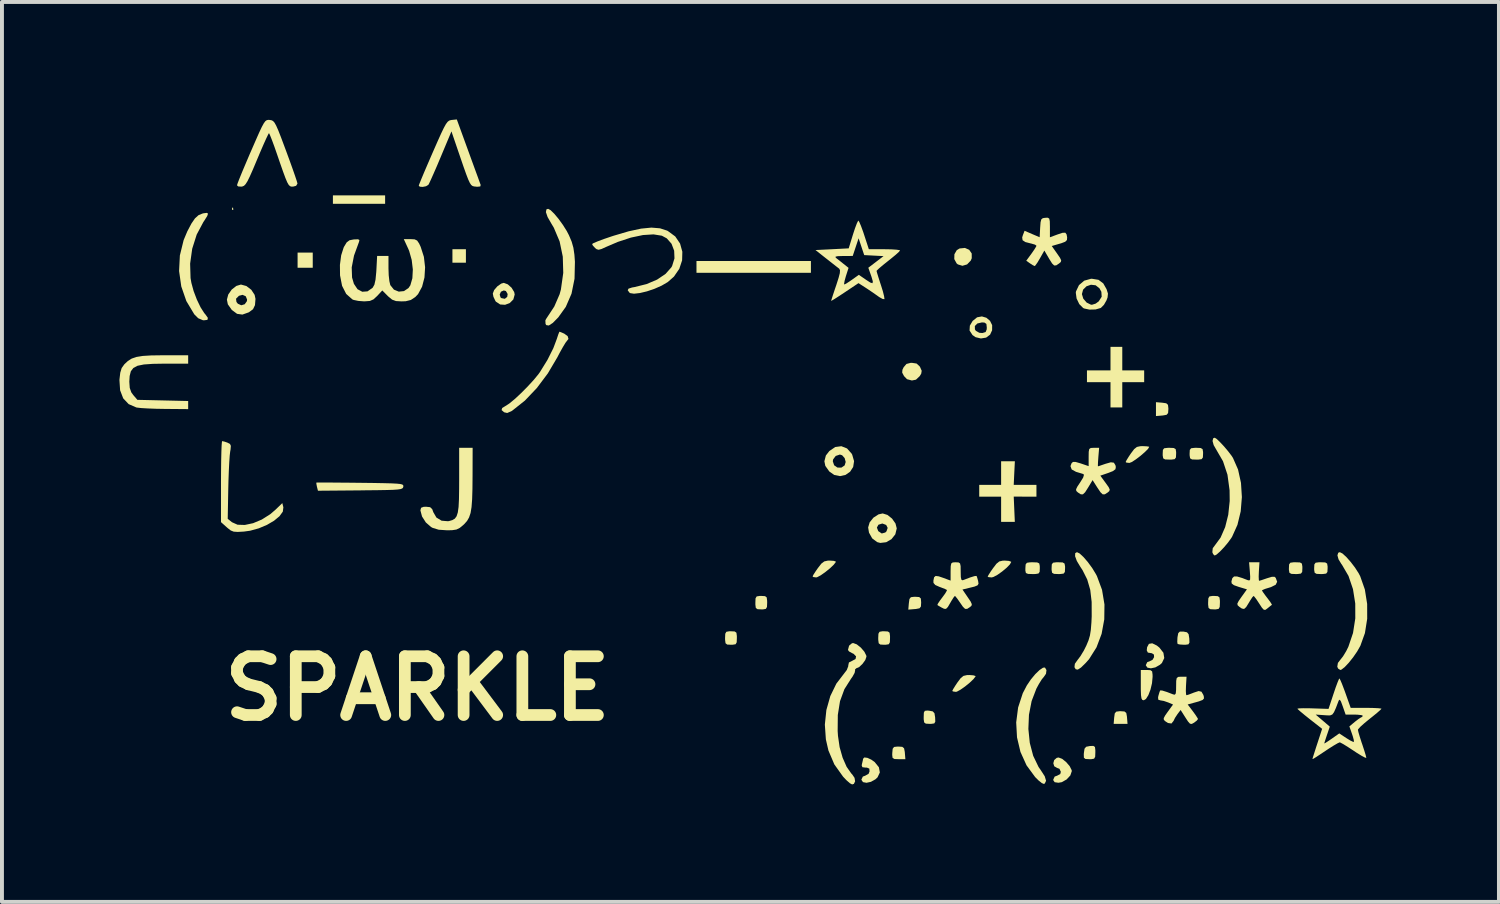
<source format=kicad_pcb>
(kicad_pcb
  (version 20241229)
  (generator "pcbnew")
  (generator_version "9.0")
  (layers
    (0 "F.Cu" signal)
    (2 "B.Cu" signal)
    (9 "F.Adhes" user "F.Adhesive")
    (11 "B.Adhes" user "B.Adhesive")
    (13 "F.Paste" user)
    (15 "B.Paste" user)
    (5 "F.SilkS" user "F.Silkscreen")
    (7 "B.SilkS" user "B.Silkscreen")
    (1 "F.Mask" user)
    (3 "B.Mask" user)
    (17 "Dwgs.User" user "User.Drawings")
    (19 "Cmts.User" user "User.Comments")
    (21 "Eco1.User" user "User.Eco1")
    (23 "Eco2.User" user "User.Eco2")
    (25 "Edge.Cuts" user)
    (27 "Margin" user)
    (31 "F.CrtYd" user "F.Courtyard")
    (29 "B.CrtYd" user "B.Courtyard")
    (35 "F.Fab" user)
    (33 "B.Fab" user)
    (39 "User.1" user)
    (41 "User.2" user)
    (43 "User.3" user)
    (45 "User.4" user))
  (footprint "SPARKLE"
    (layer "F.Cu")
    (at 16.11 9.03)
    (property "Reference" "SPARKLE" (at -8.5 5.5 0) (layer "F.SilkS") (effects (font (size 1.5 1.5) (thickness 0.3))))
    (attr board_only exclude_from_pos_files exclude_from_bom)
    (fp_poly (pts (xy -13.209 -6.776) (xy -13.203 -6.725) (xy -13.209 -6.719) (xy -13.234 -6.725) (xy -13.237 -6.748) (xy -13.222 -6.783)) (stroke (width 0) (type solid)) (fill yes) (layer "F.SilkS"))
    (fp_poly (pts (xy -11.174 -5.437) (xy -11.174 -5.243) (xy -11.368 -5.243) (xy -11.561 -5.243) (xy -11.561 -5.437) (xy -11.561 -5.63) (xy -11.368 -5.63) (xy -11.174 -5.63)) (stroke (width 0) (type solid)) (fill yes) (layer "F.SilkS"))
    (fp_poly (pts (xy -9.326 -6.984) (xy -9.326 -6.876) (xy -9.992 -6.876) (xy -10.659 -6.876) (xy -10.659 -6.984) (xy -10.659 -7.091) (xy -9.992 -7.091) (xy -9.326 -7.091)) (stroke (width 0) (type solid)) (fill yes) (layer "F.SilkS"))
    (fp_poly (pts (xy -7.263 -5.544) (xy -7.263 -5.372) (xy -7.435 -5.372) (xy -7.607 -5.372) (xy -7.607 -5.544) (xy -7.607 -5.716) (xy -7.435 -5.716) (xy -7.263 -5.716)) (stroke (width 0) (type solid)) (fill yes) (layer "F.SilkS"))
    (fp_poly (pts (xy 1.547 -5.265) (xy 1.547 -5.114) (xy 0.086 -5.114) (xy -1.375 -5.114) (xy -1.375 -5.265) (xy -1.375 -5.415) (xy 0.086 -5.415) (xy 1.547 -5.415)) (stroke (width 0) (type solid)) (fill yes) (layer "F.SilkS"))
    (fp_poly (pts (xy 9.554 6.088) (xy 9.6 6.125) (xy 9.617 6.218) (xy 9.619 6.243) (xy 9.632 6.404) (xy 9.455 6.404) (xy 9.278 6.404) (xy 9.291 6.243) (xy 9.306 6.137) (xy 9.345 6.092) (xy 9.432 6.081) (xy 9.455 6.081)) (stroke (width 0) (type solid)) (fill yes) (layer "F.SilkS"))
    (fp_poly (pts (xy 10.516 -1.797) (xy 10.621 -1.782) (xy 10.665 -1.742) (xy 10.675 -1.652) (xy 10.675 -1.633) (xy 10.668 -1.533) (xy 10.63 -1.488) (xy 10.536 -1.471) (xy 10.516 -1.469) (xy 10.358 -1.456) (xy 10.358 -1.633) (xy 10.358 -1.81)) (stroke (width 0) (type solid)) (fill yes) (layer "F.SilkS"))
    (fp_poly (pts (xy 5.589 -5.701) (xy 5.653 -5.607) (xy 5.654 -5.486) (xy 5.629 -5.426) (xy 5.535 -5.328) (xy 5.416 -5.293) (xy 5.3 -5.328) (xy 5.268 -5.354) (xy 5.208 -5.464) (xy 5.211 -5.587) (xy 5.271 -5.691) (xy 5.342 -5.735) (xy 5.48 -5.749)) (stroke (width 0) (type solid)) (fill yes) (layer "F.SilkS"))
    (fp_poly (pts (xy 3.881 6.991) (xy 3.926 7.028) (xy 3.944 7.12) (xy 3.946 7.145) (xy 3.959 7.306) (xy 3.789 7.306) (xy 3.68 7.302) (xy 3.633 7.274) (xy 3.623 7.198) (xy 3.625 7.145) (xy 3.635 7.04) (xy 3.67 6.994) (xy 3.756 6.984) (xy 3.782 6.984)) (stroke (width 0) (type solid)) (fill yes) (layer "F.SilkS"))
    (fp_poly (pts (xy 4.313 3.166) (xy 4.354 3.203) (xy 4.362 3.298) (xy 4.362 3.309) (xy 4.356 3.408) (xy 4.32 3.453) (xy 4.228 3.471) (xy 4.198 3.473) (xy 4.034 3.487) (xy 4.048 3.323) (xy 4.063 3.216) (xy 4.1 3.17) (xy 4.184 3.159) (xy 4.212 3.159)) (stroke (width 0) (type solid)) (fill yes) (layer "F.SilkS"))
    (fp_poly (pts (xy -0.398 4.045) (xy -0.355 4.077) (xy -0.344 4.161) (xy -0.344 4.212) (xy -0.348 4.322) (xy -0.376 4.371) (xy -0.45 4.383) (xy -0.494 4.384) (xy -0.591 4.379) (xy -0.633 4.346) (xy -0.644 4.263) (xy -0.645 4.212) (xy -0.64 4.102) (xy -0.612 4.053) (xy -0.539 4.04) (xy -0.494 4.04)) (stroke (width 0) (type solid)) (fill yes) (layer "F.SilkS"))
    (fp_poly (pts (xy 0.376 3.143) (xy 0.418 3.175) (xy 0.429 3.259) (xy 0.43 3.309) (xy 0.425 3.419) (xy 0.397 3.468) (xy 0.324 3.481) (xy 0.279 3.481) (xy 0.183 3.476) (xy 0.14 3.444) (xy 0.129 3.36) (xy 0.129 3.309) (xy 0.133 3.199) (xy 0.162 3.15) (xy 0.235 3.138) (xy 0.279 3.137)) (stroke (width 0) (type solid)) (fill yes) (layer "F.SilkS"))
    (fp_poly (pts (xy 3.513 4.045) (xy 3.556 4.077) (xy 3.567 4.161) (xy 3.567 4.212) (xy 3.563 4.322) (xy 3.535 4.371) (xy 3.461 4.383) (xy 3.417 4.384) (xy 3.32 4.379) (xy 3.278 4.346) (xy 3.267 4.263) (xy 3.266 4.212) (xy 3.271 4.102) (xy 3.299 4.053) (xy 3.372 4.04) (xy 3.417 4.04)) (stroke (width 0) (type solid)) (fill yes) (layer "F.SilkS"))
    (fp_poly (pts (xy 4.245 -2.797) (xy 4.321 -2.728) (xy 4.337 -2.702) (xy 4.376 -2.612) (xy 4.364 -2.539) (xy 4.326 -2.476) (xy 4.23 -2.385) (xy 4.126 -2.364) (xy 4.001 -2.397) (xy 3.925 -2.476) (xy 3.878 -2.565) (xy 3.884 -2.638) (xy 3.915 -2.702) (xy 3.986 -2.786) (xy 4.092 -2.814) (xy 4.126 -2.815)) (stroke (width 0) (type solid)) (fill yes) (layer "F.SilkS"))
    (fp_poly (pts (xy 4.566 6.068) (xy 4.659 6.086) (xy 4.702 6.133) (xy 4.719 6.238) (xy 4.719 6.243) (xy 4.723 6.348) (xy 4.697 6.393) (xy 4.618 6.404) (xy 4.58 6.404) (xy 4.482 6.399) (xy 4.439 6.368) (xy 4.427 6.286) (xy 4.427 6.229) (xy 4.431 6.118) (xy 4.456 6.071) (xy 4.522 6.064)) (stroke (width 0) (type solid)) (fill yes) (layer "F.SilkS"))
    (fp_poly (pts (xy 7.324 2.282) (xy 7.377 2.306) (xy 7.391 2.372) (xy 7.392 2.428) (xy 7.388 2.522) (xy 7.358 2.565) (xy 7.28 2.578) (xy 7.206 2.579) (xy 7.091 2.575) (xy 7.037 2.552) (xy 7.023 2.489) (xy 7.024 2.428) (xy 7.03 2.334) (xy 7.062 2.291) (xy 7.142 2.279) (xy 7.21 2.278)) (stroke (width 0) (type solid)) (fill yes) (layer "F.SilkS"))
    (fp_poly (pts (xy 7.975 2.282) (xy 8.024 2.311) (xy 8.037 2.384) (xy 8.037 2.428) (xy 8.032 2.525) (xy 8 2.567) (xy 7.916 2.578) (xy 7.865 2.579) (xy 7.755 2.574) (xy 7.706 2.546) (xy 7.693 2.473) (xy 7.693 2.428) (xy 7.698 2.332) (xy 7.73 2.289) (xy 7.814 2.278) (xy 7.865 2.278)) (stroke (width 0) (type solid)) (fill yes) (layer "F.SilkS"))
    (fp_poly (pts (xy 8.8 6.994) (xy 8.81 7.076) (xy 8.81 7.132) (xy 8.806 7.243) (xy 8.779 7.293) (xy 8.707 7.306) (xy 8.657 7.306) (xy 8.558 7.301) (xy 8.518 7.269) (xy 8.515 7.185) (xy 8.518 7.145) (xy 8.534 7.038) (xy 8.576 6.989) (xy 8.666 6.971) (xy 8.671 6.97) (xy 8.76 6.967)) (stroke (width 0) (type solid)) (fill yes) (layer "F.SilkS"))
    (fp_poly (pts (xy 10.217 5.033) (xy 10.26 5.064) (xy 10.271 5.146) (xy 10.272 5.205) (xy 10.257 5.367) (xy 10.218 5.53) (xy 10.164 5.671) (xy 10.102 5.769) (xy 10.047 5.802) (xy 10.01 5.793) (xy 9.988 5.754) (xy 9.976 5.67) (xy 9.971 5.525) (xy 9.971 5.415) (xy 9.971 5.028) (xy 10.121 5.028)) (stroke (width 0) (type solid)) (fill yes) (layer "F.SilkS"))
    (fp_poly (pts (xy 10.812 -0.64) (xy 10.861 -0.612) (xy 10.873 -0.539) (xy 10.873 -0.494) (xy 10.868 -0.398) (xy 10.836 -0.355) (xy 10.752 -0.344) (xy 10.702 -0.344) (xy 10.591 -0.348) (xy 10.543 -0.376) (xy 10.53 -0.45) (xy 10.53 -0.494) (xy 10.535 -0.591) (xy 10.567 -0.633) (xy 10.651 -0.644) (xy 10.702 -0.645)) (stroke (width 0) (type solid)) (fill yes) (layer "F.SilkS"))
    (fp_poly (pts (xy 11.499 -0.64) (xy 11.548 -0.612) (xy 11.561 -0.539) (xy 11.561 -0.494) (xy 11.556 -0.398) (xy 11.524 -0.355) (xy 11.44 -0.344) (xy 11.389 -0.344) (xy 11.279 -0.348) (xy 11.23 -0.376) (xy 11.218 -0.45) (xy 11.217 -0.494) (xy 11.222 -0.591) (xy 11.255 -0.633) (xy 11.338 -0.644) (xy 11.389 -0.645)) (stroke (width 0) (type solid)) (fill yes) (layer "F.SilkS"))
    (fp_poly (pts (xy 11.937 3.143) (xy 11.98 3.175) (xy 11.991 3.259) (xy 11.991 3.309) (xy 11.986 3.419) (xy 11.958 3.468) (xy 11.885 3.481) (xy 11.84 3.481) (xy 11.744 3.476) (xy 11.701 3.444) (xy 11.69 3.36) (xy 11.69 3.309) (xy 11.695 3.199) (xy 11.723 3.15) (xy 11.796 3.138) (xy 11.84 3.137)) (stroke (width 0) (type solid)) (fill yes) (layer "F.SilkS"))
    (fp_poly (pts (xy 14.035 2.282) (xy 14.084 2.311) (xy 14.096 2.384) (xy 14.097 2.428) (xy 14.092 2.525) (xy 14.059 2.567) (xy 13.976 2.578) (xy 13.925 2.579) (xy 13.815 2.574) (xy 13.766 2.546) (xy 13.753 2.473) (xy 13.753 2.428) (xy 13.758 2.332) (xy 13.79 2.289) (xy 13.874 2.278) (xy 13.925 2.278)) (stroke (width 0) (type solid)) (fill yes) (layer "F.SilkS"))
    (fp_poly (pts (xy 14.68 2.282) (xy 14.729 2.311) (xy 14.741 2.384) (xy 14.741 2.428) (xy 14.736 2.525) (xy 14.704 2.567) (xy 14.62 2.578) (xy 14.57 2.579) (xy 14.459 2.574) (xy 14.411 2.546) (xy 14.398 2.473) (xy 14.398 2.428) (xy 14.403 2.332) (xy 14.435 2.289) (xy 14.519 2.278) (xy 14.57 2.278)) (stroke (width 0) (type solid)) (fill yes) (layer "F.SilkS"))
    (fp_poly (pts (xy 2.133 2.242) (xy 2.184 2.261) (xy 2.185 2.269) (xy 2.132 2.338) (xy 2.035 2.431) (xy 1.916 2.527) (xy 1.799 2.61) (xy 1.709 2.658) (xy 1.682 2.665) (xy 1.609 2.655) (xy 1.59 2.639) (xy 1.613 2.593) (xy 1.673 2.501) (xy 1.726 2.425) (xy 1.814 2.312) (xy 1.888 2.256) (xy 1.977 2.236) (xy 2.031 2.235)) (stroke (width 0) (type solid)) (fill yes) (layer "F.SilkS"))
    (fp_poly (pts (xy 5.697 5.165) (xy 5.75 5.183) (xy 5.752 5.191) (xy 5.699 5.261) (xy 5.602 5.353) (xy 5.483 5.45) (xy 5.366 5.532) (xy 5.276 5.581) (xy 5.249 5.587) (xy 5.176 5.577) (xy 5.157 5.563) (xy 5.18 5.516) (xy 5.237 5.424) (xy 5.288 5.348) (xy 5.373 5.235) (xy 5.443 5.179) (xy 5.531 5.159) (xy 5.593 5.157)) (stroke (width 0) (type solid)) (fill yes) (layer "F.SilkS"))
    (fp_poly (pts (xy 6.603 2.243) (xy 6.659 2.264) (xy 6.662 2.271) (xy 6.628 2.332) (xy 6.544 2.419) (xy 6.431 2.513) (xy 6.313 2.597) (xy 6.211 2.652) (xy 6.165 2.665) (xy 6.085 2.658) (xy 6.06 2.644) (xy 6.083 2.601) (xy 6.141 2.51) (xy 6.197 2.43) (xy 6.285 2.315) (xy 6.357 2.257) (xy 6.443 2.237) (xy 6.498 2.235)) (stroke (width 0) (type solid)) (fill yes) (layer "F.SilkS"))
    (fp_poly (pts (xy 10.123 -0.683) (xy 10.182 -0.673) (xy 10.186 -0.669) (xy 10.154 -0.615) (xy 10.071 -0.533) (xy 9.961 -0.438) (xy 9.844 -0.349) (xy 9.743 -0.283) (xy 9.681 -0.259) (xy 9.605 -0.267) (xy 9.584 -0.282) (xy 9.607 -0.329) (xy 9.664 -0.421) (xy 9.715 -0.497) (xy 9.8 -0.61) (xy 9.871 -0.667) (xy 9.958 -0.686) (xy 10.016 -0.688)) (stroke (width 0) (type solid)) (fill yes) (layer "F.SilkS"))
    (fp_poly (pts (xy 11.061 4.048) (xy 11.151 4.066) (xy 11.192 4.115) (xy 11.209 4.222) (xy 11.209 4.223) (xy 11.213 4.328) (xy 11.187 4.373) (xy 11.11 4.384) (xy 11.077 4.384) (xy 10.972 4.378) (xy 10.913 4.365) (xy 10.911 4.364) (xy 10.902 4.312) (xy 10.906 4.21) (xy 10.908 4.189) (xy 10.927 4.088) (xy 10.967 4.048) (xy 11.054 4.048)) (stroke (width 0) (type solid)) (fill yes) (layer "F.SilkS"))
    (fp_poly (pts (xy 7.962 7.297) (xy 8.065 7.38) (xy 8.155 7.485) (xy 8.205 7.585) (xy 8.209 7.611) (xy 8.171 7.722) (xy 8.076 7.824) (xy 7.953 7.893) (xy 7.867 7.908) (xy 7.771 7.894) (xy 7.737 7.845) (xy 7.736 7.825) (xy 7.772 7.75) (xy 7.833 7.728) (xy 7.914 7.686) (xy 7.929 7.629) (xy 7.894 7.552) (xy 7.833 7.529) (xy 7.76 7.487) (xy 7.737 7.409) (xy 7.76 7.327) (xy 7.825 7.272) (xy 7.871 7.263)) (stroke (width 0) (type solid)) (fill yes) (layer "F.SilkS"))
    (fp_poly (pts (xy 10.38 4.404) (xy 10.444 4.455) (xy 10.548 4.588) (xy 10.57 4.723) (xy 10.511 4.848) (xy 10.459 4.896) (xy 10.343 4.962) (xy 10.229 4.986) (xy 10.14 4.969) (xy 10.1 4.911) (xy 10.1 4.902) (xy 10.136 4.828) (xy 10.197 4.806) (xy 10.271 4.768) (xy 10.31 4.701) (xy 10.306 4.635) (xy 10.253 4.6) (xy 10.239 4.599) (xy 10.151 4.584) (xy 10.123 4.527) (xy 10.132 4.447) (xy 10.178 4.361) (xy 10.263 4.347)) (stroke (width 0) (type solid)) (fill yes) (layer "F.SilkS"))
    (fp_poly (pts (xy 6.74 0.000096) (xy 6.726 0.301) (xy 7.016 0.301) (xy 7.306 0.301) (xy 7.306 0.451) (xy 7.306 0.602) (xy 7.016 0.602) (xy 6.726 0.601) (xy 6.74 0.924) (xy 6.754 1.246) (xy 6.579 1.246) (xy 6.404 1.246) (xy 6.404 0.924) (xy 6.404 0.602) (xy 6.124 0.602) (xy 5.845 0.602) (xy 5.845 0.451) (xy 5.845 0.301) (xy 6.124 0.301) (xy 6.404 0.301) (xy 6.404 -0.000001) (xy 6.404 -0.301) (xy 6.579 -0.301) (xy 6.755 -0.301)) (stroke (width 0) (type solid)) (fill yes) (layer "F.SilkS"))
    (fp_poly (pts (xy 9.498 -2.923) (xy 9.498 -2.622) (xy 9.777 -2.622) (xy 10.057 -2.622) (xy 10.057 -2.471) (xy 10.057 -2.321) (xy 9.777 -2.321) (xy 9.498 -2.321) (xy 9.498 -1.998) (xy 9.498 -1.676) (xy 9.348 -1.676) (xy 9.197 -1.676) (xy 9.197 -1.998) (xy 9.197 -2.321) (xy 8.896 -2.321) (xy 8.596 -2.321) (xy 8.596 -2.471) (xy 8.596 -2.622) (xy 8.896 -2.622) (xy 9.197 -2.622) (xy 9.197 -2.923) (xy 9.197 -3.223) (xy 9.348 -3.223) (xy 9.498 -3.223)) (stroke (width 0) (type solid)) (fill yes) (layer "F.SilkS"))
    (fp_poly (pts (xy 2.99 7.272) (xy 3.091 7.319) (xy 3.176 7.38) (xy 3.283 7.513) (xy 3.307 7.645) (xy 3.249 7.769) (xy 3.196 7.819) (xy 3.08 7.884) (xy 2.966 7.909) (xy 2.877 7.892) (xy 2.837 7.834) (xy 2.837 7.825) (xy 2.873 7.75) (xy 2.933 7.728) (xy 3.02 7.679) (xy 3.044 7.618) (xy 3.039 7.547) (xy 2.979 7.522) (xy 2.942 7.521) (xy 2.861 7.511) (xy 2.844 7.464) (xy 2.852 7.424) (xy 2.873 7.335) (xy 2.879 7.296) (xy 2.911 7.262)) (stroke (width 0) (type solid)) (fill yes) (layer "F.SilkS"))
    (fp_poly (pts (xy -10.734 0.242) (xy -10.5 0.244) (xy -10.227 0.246) (xy -9.957 0.249) (xy -9.621 0.253) (xy -9.36 0.258) (xy -9.166 0.263) (xy -9.029 0.27) (xy -8.94 0.279) (xy -8.888 0.292) (xy -8.865 0.31) (xy -8.86 0.332) (xy -8.861 0.347) (xy -8.869 0.373) (xy -8.889 0.393) (xy -8.932 0.409) (xy -9.007 0.42) (xy -9.124 0.428) (xy -9.294 0.433) (xy -9.526 0.437) (xy -9.831 0.44) (xy -9.958 0.442) (xy -11.041 0.451) (xy -11.067 0.349) (xy -11.082 0.27) (xy -11.08 0.242) (xy -11.035 0.241) (xy -10.916 0.241)) (stroke (width 0) (type solid)) (fill yes) (layer "F.SilkS"))
    (fp_poly (pts (xy -6.195 -4.82) (xy -6.097 -4.733) (xy -6.03 -4.623) (xy -6.017 -4.559) (xy -6.052 -4.433) (xy -6.143 -4.342) (xy -6.263 -4.297) (xy -6.388 -4.305) (xy -6.494 -4.375) (xy -6.509 -4.393) (xy -6.56 -4.502) (xy -6.571 -4.558) (xy -6.4 -4.558) (xy -6.379 -4.486) (xy -6.358 -4.468) (xy -6.269 -4.45) (xy -6.208 -4.499) (xy -6.197 -4.572) (xy -6.242 -4.649) (xy -6.296 -4.663) (xy -6.368 -4.631) (xy -6.4 -4.558) (xy -6.571 -4.558) (xy -6.576 -4.584) (xy -6.542 -4.673) (xy -6.46 -4.768) (xy -6.361 -4.838) (xy -6.296 -4.857)) (stroke (width 0) (type solid)) (fill yes) (layer "F.SilkS"))
    (fp_poly (pts (xy 2.469 -0.629) (xy 2.588 -0.495) (xy 2.602 -0.468) (xy 2.649 -0.304) (xy 2.626 -0.155) (xy 2.548 -0.035) (xy 2.431 0.047) (xy 2.291 0.078) (xy 2.143 0.048) (xy 2.017 -0.04) (xy 1.915 -0.183) (xy 1.891 -0.301) (xy 2.106 -0.301) (xy 2.14 -0.199) (xy 2.223 -0.141) (xy 2.325 -0.139) (xy 2.408 -0.195) (xy 2.435 -0.283) (xy 2.409 -0.382) (xy 2.344 -0.455) (xy 2.287 -0.473) (xy 2.18 -0.437) (xy 2.114 -0.349) (xy 2.106 -0.301) (xy 1.891 -0.301) (xy 1.929 -0.449) (xy 2.017 -0.562) (xy 2.168 -0.665) (xy 2.324 -0.686)) (stroke (width 0) (type solid)) (fill yes) (layer "F.SilkS"))
    (fp_poly (pts (xy 6.028 -3.966) (xy 6.121 -3.887) (xy 6.175 -3.777) (xy 6.174 -3.646) (xy 6.122 -3.534) (xy 6.022 -3.459) (xy 5.888 -3.437) (xy 5.751 -3.47) (xy 5.673 -3.524) (xy 5.598 -3.64) (xy 5.605 -3.755) (xy 5.733 -3.755) (xy 5.735 -3.67) (xy 5.758 -3.633) (xy 5.847 -3.582) (xy 5.927 -3.576) (xy 6.008 -3.601) (xy 6.036 -3.669) (xy 6.038 -3.718) (xy 6.028 -3.809) (xy 5.978 -3.843) (xy 5.914 -3.847) (xy 5.798 -3.82) (xy 5.733 -3.755) (xy 5.605 -3.755) (xy 5.606 -3.765) (xy 5.676 -3.884) (xy 5.79 -3.977) (xy 5.913 -4)) (stroke (width 0) (type solid)) (fill yes) (layer "F.SilkS"))
    (fp_poly (pts (xy 3.502 1.069) (xy 3.619 1.163) (xy 3.707 1.288) (xy 3.739 1.413) (xy 3.702 1.565) (xy 3.604 1.688) (xy 3.469 1.766) (xy 3.318 1.784) (xy 3.239 1.763) (xy 3.112 1.668) (xy 3.03 1.521) (xy 3.009 1.392) (xy 3.232 1.392) (xy 3.266 1.482) (xy 3.267 1.483) (xy 3.356 1.543) (xy 3.446 1.518) (xy 3.477 1.488) (xy 3.507 1.4) (xy 3.469 1.325) (xy 3.377 1.29) (xy 3.368 1.289) (xy 3.271 1.319) (xy 3.232 1.392) (xy 3.009 1.392) (xy 3.008 1.391) (xy 3.047 1.259) (xy 3.143 1.139) (xy 3.273 1.055) (xy 3.38 1.031)) (stroke (width 0) (type solid)) (fill yes) (layer "F.SilkS"))
    (fp_poly (pts (xy -12.868 -4.776) (xy -12.743 -4.68) (xy -12.658 -4.551) (xy -12.636 -4.448) (xy -12.649 -4.288) (xy -12.699 -4.184) (xy -12.8 -4.109) (xy -12.811 -4.103) (xy -12.97 -4.047) (xy -13.106 -4.066) (xy -13.239 -4.164) (xy -13.241 -4.166) (xy -13.342 -4.309) (xy -13.366 -4.427) (xy -13.36 -4.452) (xy -13.133 -4.452) (xy -13.122 -4.369) (xy -13.086 -4.324) (xy -12.998 -4.285) (xy -12.911 -4.311) (xy -12.856 -4.388) (xy -12.85 -4.43) (xy -12.885 -4.515) (xy -12.966 -4.551) (xy -13.058 -4.527) (xy -13.133 -4.452) (xy -13.36 -4.452) (xy -13.331 -4.56) (xy -13.243 -4.686) (xy -13.124 -4.779) (xy -13.007 -4.814)) (stroke (width 0) (type solid)) (fill yes) (layer "F.SilkS"))
    (fp_poly (pts (xy -13.848 -6.625) (xy -13.868 -6.565) (xy -13.938 -6.453) (xy -13.967 -6.41) (xy -14.137 -6.091) (xy -14.252 -5.728) (xy -14.305 -5.348) (xy -14.294 -4.978) (xy -14.273 -4.857) (xy -14.216 -4.648) (xy -14.134 -4.432) (xy -14.039 -4.234) (xy -13.944 -4.085) (xy -13.917 -4.054) (xy -13.852 -3.963) (xy -13.863 -3.912) (xy -13.951 -3.901) (xy -13.979 -3.903) (xy -14.099 -3.954) (xy -14.199 -4.054) (xy -14.402 -4.393) (xy -14.531 -4.766) (xy -14.587 -5.159) (xy -14.567 -5.557) (xy -14.471 -5.948) (xy -14.378 -6.17) (xy -14.272 -6.371) (xy -14.181 -6.504) (xy -14.091 -6.585) (xy -13.99 -6.627) (xy -13.957 -6.635) (xy -13.878 -6.644)) (stroke (width 0) (type solid)) (fill yes) (layer "F.SilkS"))
    (fp_poly (pts (xy -5.1 -6.713) (xy -5.007 -6.622) (xy -4.898 -6.492) (xy -4.788 -6.34) (xy -4.689 -6.183) (xy -4.632 -6.074) (xy -4.562 -5.908) (xy -4.518 -5.753) (xy -4.492 -5.575) (xy -4.479 -5.394) (xy -4.489 -4.962) (xy -4.566 -4.581) (xy -4.712 -4.244) (xy -4.905 -3.975) (xy -5.044 -3.834) (xy -5.146 -3.768) (xy -5.211 -3.778) (xy -5.229 -3.808) (xy -5.234 -3.896) (xy -5.218 -3.931) (xy -5.006 -4.253) (xy -4.87 -4.566) (xy -4.837 -4.687) (xy -4.777 -5.111) (xy -4.789 -5.526) (xy -4.87 -5.916) (xy -5.019 -6.268) (xy -5.077 -6.364) (xy -5.177 -6.538) (xy -5.22 -6.663) (xy -5.207 -6.733) (xy -5.164 -6.748)) (stroke (width 0) (type solid)) (fill yes) (layer "F.SilkS"))
    (fp_poly (pts (xy -4.829 -3.594) (xy -4.751 -3.56) (xy -4.664 -3.496) (xy -4.644 -3.425) (xy -4.684 -3.374) (xy -4.72 -3.327) (xy -4.784 -3.221) (xy -4.867 -3.073) (xy -4.928 -2.956) (xy -5.171 -2.545) (xy -5.451 -2.172) (xy -5.756 -1.851) (xy -6.073 -1.599) (xy -6.103 -1.579) (xy -6.209 -1.534) (xy -6.286 -1.552) (xy -6.352 -1.609) (xy -6.336 -1.662) (xy -6.257 -1.71) (xy -6.156 -1.775) (xy -6.016 -1.89) (xy -5.856 -2.039) (xy -5.691 -2.205) (xy -5.538 -2.371) (xy -5.414 -2.521) (xy -5.373 -2.578) (xy -5.181 -2.889) (xy -5.03 -3.19) (xy -4.941 -3.427) (xy -4.905 -3.537) (xy -4.879 -3.602) (xy -4.873 -3.61)) (stroke (width 0) (type solid)) (fill yes) (layer "F.SilkS"))
    (fp_poly (pts (xy 7.562 5.032) (xy 7.55 5.125) (xy 7.496 5.203) (xy 7.441 5.27) (xy 7.368 5.388) (xy 7.305 5.504) (xy 7.183 5.822) (xy 7.115 6.172) (xy 7.1 6.534) (xy 7.136 6.89) (xy 7.223 7.22) (xy 7.36 7.505) (xy 7.417 7.587) (xy 7.518 7.743) (xy 7.552 7.858) (xy 7.519 7.927) (xy 7.496 7.938) (xy 7.444 7.917) (xy 7.357 7.847) (xy 7.273 7.763) (xy 7.053 7.463) (xy 6.898 7.121) (xy 6.81 6.75) (xy 6.789 6.367) (xy 6.838 5.986) (xy 6.957 5.622) (xy 7.061 5.422) (xy 7.164 5.27) (xy 7.277 5.134) (xy 7.385 5.03) (xy 7.474 4.97) (xy 7.524 4.966)) (stroke (width 0) (type solid)) (fill yes) (layer "F.SilkS"))
    (fp_poly (pts (xy 11.908 -0.872) (xy 11.993 -0.791) (xy 12.096 -0.681) (xy 12.199 -0.559) (xy 12.287 -0.444) (xy 12.324 -0.387) (xy 12.454 -0.091) (xy 12.529 0.25) (xy 12.552 0.613) (xy 12.522 0.978) (xy 12.439 1.321) (xy 12.304 1.622) (xy 12.284 1.655) (xy 12.199 1.773) (xy 12.095 1.897) (xy 11.991 2.006) (xy 11.904 2.082) (xy 11.857 2.106) (xy 11.819 2.071) (xy 11.798 2.022) (xy 11.808 1.919) (xy 11.858 1.852) (xy 12.008 1.648) (xy 12.125 1.38) (xy 12.204 1.064) (xy 12.241 0.714) (xy 12.238 0.439) (xy 12.184 0.042) (xy 12.07 -0.302) (xy 11.905 -0.586) (xy 11.832 -0.713) (xy 11.803 -0.819) (xy 11.819 -0.888) (xy 11.858 -0.903)) (stroke (width 0) (type solid)) (fill yes) (layer "F.SilkS"))
    (fp_poly (pts (xy 15.121 2.054) (xy 15.218 2.143) (xy 15.33 2.269) (xy 15.441 2.414) (xy 15.535 2.561) (xy 15.574 2.636) (xy 15.692 2.972) (xy 15.751 3.342) (xy 15.752 3.721) (xy 15.694 4.086) (xy 15.578 4.41) (xy 15.496 4.555) (xy 15.392 4.706) (xy 15.28 4.846) (xy 15.176 4.956) (xy 15.093 5.02) (xy 15.065 5.028) (xy 15.01 4.993) (xy 14.988 4.945) (xy 15.004 4.848) (xy 15.064 4.77) (xy 15.135 4.68) (xy 15.217 4.545) (xy 15.272 4.433) (xy 15.39 4.084) (xy 15.448 3.711) (xy 15.447 3.331) (xy 15.389 2.964) (xy 15.275 2.628) (xy 15.107 2.34) (xy 15.092 2.321) (xy 15.02 2.203) (xy 14.992 2.101) (xy 15.012 2.035) (xy 15.053 2.02)) (stroke (width 0) (type solid)) (fill yes) (layer "F.SilkS"))
    (fp_poly (pts (xy 8.41 2.054) (xy 8.508 2.145) (xy 8.62 2.275) (xy 8.731 2.427) (xy 8.826 2.583) (xy 8.851 2.631) (xy 8.981 2.982) (xy 9.043 3.356) (xy 9.038 3.736) (xy 8.97 4.106) (xy 8.84 4.45) (xy 8.65 4.752) (xy 8.565 4.848) (xy 8.444 4.966) (xy 8.362 5.019) (xy 8.309 5.01) (xy 8.277 4.957) (xy 8.287 4.87) (xy 8.355 4.774) (xy 8.43 4.675) (xy 8.517 4.531) (xy 8.58 4.405) (xy 8.635 4.274) (xy 8.672 4.148) (xy 8.695 4.003) (xy 8.71 3.813) (xy 8.717 3.661) (xy 8.716 3.291) (xy 8.68 2.983) (xy 8.603 2.718) (xy 8.483 2.479) (xy 8.429 2.397) (xy 8.338 2.246) (xy 8.293 2.124) (xy 8.296 2.045) (xy 8.341 2.02)) (stroke (width 0) (type solid)) (fill yes) (layer "F.SilkS"))
    (fp_poly (pts (xy 8.89 -4.935) (xy 9.012 -4.844) (xy 9.097 -4.695) (xy 9.132 -4.583) (xy 9.122 -4.484) (xy 9.094 -4.409) (xy 9.03 -4.297) (xy 8.954 -4.22) (xy 8.946 -4.215) (xy 8.816 -4.178) (xy 8.66 -4.174) (xy 8.524 -4.203) (xy 8.499 -4.215) (xy 8.4 -4.314) (xy 8.331 -4.458) (xy 8.316 -4.57) (xy 8.467 -4.57) (xy 8.502 -4.454) (xy 8.588 -4.354) (xy 8.697 -4.3) (xy 8.725 -4.298) (xy 8.818 -4.327) (xy 8.896 -4.384) (xy 8.972 -4.502) (xy 8.964 -4.629) (xy 8.915 -4.718) (xy 8.818 -4.795) (xy 8.698 -4.809) (xy 8.583 -4.769) (xy 8.497 -4.683) (xy 8.467 -4.57) (xy 8.316 -4.57) (xy 8.311 -4.605) (xy 8.316 -4.639) (xy 8.392 -4.799) (xy 8.526 -4.913) (xy 8.698 -4.961) (xy 8.722 -4.962)) (stroke (width 0) (type solid)) (fill yes) (layer "F.SilkS"))
    (fp_poly (pts (xy -14.355 -2.901) (xy -14.355 -2.794) (xy -14.959 -2.794) (xy -15.26 -2.789) (xy -15.486 -2.773) (xy -15.648 -2.74) (xy -15.755 -2.683) (xy -15.819 -2.599) (xy -15.849 -2.48) (xy -15.858 -2.334) (xy -15.847 -2.174) (xy -15.807 -2.061) (xy -15.755 -1.99) (xy -15.652 -1.87) (xy -15.003 -1.855) (xy -14.355 -1.84) (xy -14.355 -1.737) (xy -14.355 -1.633) (xy -14.946 -1.638) (xy -15.175 -1.642) (xy -15.386 -1.65) (xy -15.556 -1.66) (xy -15.666 -1.673) (xy -15.678 -1.675) (xy -15.875 -1.761) (xy -16.014 -1.908) (xy -16.093 -2.114) (xy -16.11 -2.375) (xy -16.109 -2.391) (xy -16.089 -2.564) (xy -16.053 -2.682) (xy -15.988 -2.773) (xy -15.986 -2.776) (xy -15.896 -2.861) (xy -15.798 -2.923) (xy -15.676 -2.965) (xy -15.515 -2.991) (xy -15.3 -3.004) (xy -15.016 -3.008) (xy -14.979 -3.008) (xy -14.355 -3.008)) (stroke (width 0) (type solid)) (fill yes) (layer "F.SilkS"))
    (fp_poly (pts (xy -13.428 -0.803) (xy -13.352 -0.777) (xy -13.288 -0.744) (xy -13.265 -0.695) (xy -13.273 -0.599) (xy -13.282 -0.551) (xy -13.294 -0.447) (xy -13.306 -0.275) (xy -13.317 -0.054) (xy -13.326 0.197) (xy -13.331 0.401) (xy -13.345 1.168) (xy -13.237 1.255) (xy -13.094 1.319) (xy -12.909 1.325) (xy -12.697 1.28) (xy -12.475 1.187) (xy -12.26 1.051) (xy -12.127 0.937) (xy -11.951 0.767) (xy -11.924 0.875) (xy -11.938 0.984) (xy -12.022 1.101) (xy -12.162 1.217) (xy -12.343 1.323) (xy -12.551 1.411) (xy -12.772 1.472) (xy -12.931 1.494) (xy -13.09 1.503) (xy -13.192 1.496) (xy -13.268 1.466) (xy -13.346 1.405) (xy -13.37 1.384) (xy -13.517 1.253) (xy -13.517 0.218) (xy -13.515 -0.07) (xy -13.512 -0.327) (xy -13.507 -0.541) (xy -13.501 -0.702) (xy -13.493 -0.796) (xy -13.487 -0.816)) (stroke (width 0) (type solid)) (fill yes) (layer "F.SilkS"))
    (fp_poly (pts (xy -7.093 0.075) (xy -7.096 0.409) (xy -7.104 0.67) (xy -7.119 0.869) (xy -7.144 1.02) (xy -7.182 1.133) (xy -7.233 1.222) (xy -7.301 1.299) (xy -7.323 1.32) (xy -7.418 1.399) (xy -7.505 1.442) (xy -7.617 1.459) (xy -7.746 1.461) (xy -7.957 1.447) (xy -8.111 1.4) (xy -8.153 1.377) (xy -8.286 1.261) (xy -8.383 1.109) (xy -8.424 0.956) (xy -8.424 0.948) (xy -8.407 0.886) (xy -8.341 0.862) (xy -8.279 0.86) (xy -8.176 0.871) (xy -8.122 0.924) (xy -8.095 0.999) (xy -8.016 1.136) (xy -7.884 1.216) (xy -7.721 1.23) (xy -7.692 1.225) (xy -7.609 1.201) (xy -7.546 1.164) (xy -7.501 1.103) (xy -7.47 1.007) (xy -7.45 0.865) (xy -7.44 0.666) (xy -7.436 0.399) (xy -7.435 0.184) (xy -7.435 -0.645) (xy -7.263 -0.645) (xy -7.091 -0.645)) (stroke (width 0) (type solid)) (fill yes) (layer "F.SilkS"))
    (fp_poly (pts (xy -7.201 -8.222) (xy -7.11 -7.972) (xy -7.028 -7.747) (xy -6.96 -7.562) (xy -6.912 -7.428) (xy -6.887 -7.361) (xy -6.886 -7.357) (xy -6.896 -7.319) (xy -6.973 -7.311) (xy -7.005 -7.314) (xy -7.053 -7.319) (xy -7.093 -7.33) (xy -7.128 -7.357) (xy -7.163 -7.41) (xy -7.204 -7.498) (xy -7.256 -7.633) (xy -7.324 -7.824) (xy -7.412 -8.081) (xy -7.467 -8.241) (xy -7.632 -8.725) (xy -7.907 -8.069) (xy -8.001 -7.846) (xy -8.087 -7.649) (xy -8.157 -7.492) (xy -8.205 -7.39) (xy -8.222 -7.36) (xy -8.281 -7.324) (xy -8.367 -7.307) (xy -8.441 -7.313) (xy -8.467 -7.339) (xy -8.45 -7.387) (xy -8.404 -7.501) (xy -8.334 -7.669) (xy -8.244 -7.879) (xy -8.14 -8.119) (xy -8.11 -8.188) (xy -7.99 -8.461) (xy -7.898 -8.666) (xy -7.828 -8.812) (xy -7.774 -8.91) (xy -7.73 -8.969) (xy -7.691 -9) (xy -7.649 -9.013) (xy -7.624 -9.017) (xy -7.495 -9.03)) (stroke (width 0) (type solid)) (fill yes) (layer "F.SilkS"))
    (fp_poly (pts (xy -2.307 -6.25) (xy -2.125 -6.191) (xy -2.106 -6.181) (xy -1.917 -6.042) (xy -1.794 -5.86) (xy -1.736 -5.652) (xy -1.742 -5.432) (xy -1.814 -5.215) (xy -1.951 -5.016) (xy -2.109 -4.877) (xy -2.265 -4.786) (xy -2.448 -4.705) (xy -2.64 -4.64) (xy -2.821 -4.597) (xy -2.97 -4.58) (xy -3.069 -4.595) (xy -3.086 -4.607) (xy -3.131 -4.668) (xy -3.111 -4.709) (xy -3.019 -4.739) (xy -2.955 -4.75) (xy -2.649 -4.826) (xy -2.381 -4.94) (xy -2.165 -5.086) (xy -2.017 -5.253) (xy -1.997 -5.289) (xy -1.937 -5.482) (xy -1.945 -5.678) (xy -2.012 -5.855) (xy -2.133 -5.993) (xy -2.259 -6.061) (xy -2.473 -6.095) (xy -2.741 -6.078) (xy -3.049 -6.013) (xy -3.383 -5.903) (xy -3.673 -5.779) (xy -3.799 -5.722) (xy -3.874 -5.702) (xy -3.926 -5.717) (xy -3.963 -5.746) (xy -4.023 -5.812) (xy -4.04 -5.849) (xy -4.001 -5.874) (xy -3.896 -5.918) (xy -3.738 -5.977) (xy -3.544 -6.043) (xy -3.492 -6.06) (xy -3.109 -6.173) (xy -2.79 -6.242) (xy -2.526 -6.268)) (stroke (width 0) (type solid)) (fill yes) (layer "F.SilkS"))
    (fp_poly (pts (xy 2.718 4.374) (xy 2.822 4.457) (xy 2.912 4.562) (xy 2.962 4.662) (xy 2.965 4.688) (xy 2.936 4.774) (xy 2.865 4.872) (xy 2.78 4.953) (xy 2.706 4.985) (xy 2.673 5.016) (xy 2.676 5.039) (xy 2.663 5.102) (xy 2.608 5.201) (xy 2.572 5.251) (xy 2.402 5.519) (xy 2.29 5.825) (xy 2.234 6.177) (xy 2.23 6.587) (xy 2.238 6.709) (xy 2.28 6.998) (xy 2.357 7.269) (xy 2.459 7.501) (xy 2.579 7.672) (xy 2.6 7.693) (xy 2.661 7.782) (xy 2.676 7.872) (xy 2.644 7.937) (xy 2.599 7.951) (xy 2.543 7.921) (xy 2.453 7.842) (xy 2.368 7.752) (xy 2.145 7.439) (xy 1.994 7.084) (xy 1.929 6.8) (xy 1.903 6.424) (xy 1.942 6.05) (xy 2.042 5.695) (xy 2.196 5.378) (xy 2.373 5.147) (xy 2.463 5.029) (xy 2.501 4.931) (xy 2.501 4.911) (xy 2.518 4.836) (xy 2.598 4.796) (xy 2.687 4.748) (xy 2.7 4.68) (xy 2.636 4.615) (xy 2.6 4.599) (xy 2.521 4.555) (xy 2.493 4.517) (xy 2.522 4.407) (xy 2.595 4.346) (xy 2.628 4.341)) (stroke (width 0) (type solid)) (fill yes) (layer "F.SilkS"))
    (fp_poly (pts (xy 7.633 -6.497) (xy 7.647 -6.43) (xy 7.65 -6.3) (xy 7.65 -6.274) (xy 7.65 -6.021) (xy 7.842 -6.092) (xy 7.972 -6.135) (xy 8.043 -6.138) (xy 8.076 -6.094) (xy 8.09 -6.017) (xy 8.085 -5.951) (xy 8.041 -5.907) (xy 7.936 -5.867) (xy 7.899 -5.857) (xy 7.697 -5.798) (xy 7.832 -5.607) (xy 7.908 -5.496) (xy 7.938 -5.431) (xy 7.928 -5.39) (xy 7.884 -5.352) (xy 7.812 -5.304) (xy 7.759 -5.301) (xy 7.706 -5.352) (xy 7.633 -5.468) (xy 7.624 -5.484) (xy 7.508 -5.682) (xy 7.396 -5.484) (xy 7.33 -5.373) (xy 7.279 -5.302) (xy 7.262 -5.286) (xy 7.214 -5.308) (xy 7.143 -5.354) (xy 7.046 -5.422) (xy 7.176 -5.599) (xy 7.25 -5.705) (xy 7.298 -5.783) (xy 7.306 -5.806) (xy 7.269 -5.833) (xy 7.178 -5.86) (xy 7.167 -5.862) (xy 7.023 -5.899) (xy 6.952 -5.946) (xy 6.942 -6.017) (xy 6.959 -6.073) (xy 7.003 -6.187) (xy 7.195 -6.104) (xy 7.388 -6.022) (xy 7.401 -6.266) (xy 7.411 -6.404) (xy 7.43 -6.478) (xy 7.469 -6.509) (xy 7.532 -6.519) (xy 7.598 -6.52)) (stroke (width 0) (type solid)) (fill yes) (layer "F.SilkS"))
    (fp_poly (pts (xy 8.887 -0.408) (xy 8.878 -0.279) (xy 8.875 -0.193) (xy 8.877 -0.172) (xy 8.919 -0.185) (xy 9.015 -0.218) (xy 9.071 -0.237) (xy 9.205 -0.275) (xy 9.283 -0.265) (xy 9.323 -0.201) (xy 9.333 -0.155) (xy 9.323 -0.098) (xy 9.259 -0.05) (xy 9.142 -0.004) (xy 8.937 0.066) (xy 9.072 0.25) (xy 9.149 0.358) (xy 9.178 0.421) (xy 9.166 0.461) (xy 9.127 0.495) (xy 9.054 0.542) (xy 8.999 0.544) (xy 8.941 0.489) (xy 8.861 0.37) (xy 8.86 0.369) (xy 8.74 0.18) (xy 8.626 0.369) (xy 8.549 0.49) (xy 8.492 0.544) (xy 8.437 0.542) (xy 8.366 0.496) (xy 8.324 0.457) (xy 8.318 0.414) (xy 8.352 0.344) (xy 8.422 0.239) (xy 8.499 0.115) (xy 8.519 0.045) (xy 8.501 0.024) (xy 8.421 -0.000234) (xy 8.316 -0.032) (xy 8.206 -0.092) (xy 8.175 -0.178) (xy 8.204 -0.253) (xy 8.24 -0.285) (xy 8.303 -0.285) (xy 8.417 -0.252) (xy 8.44 -0.245) (xy 8.639 -0.177) (xy 8.639 -0.411) (xy 8.641 -0.545) (xy 8.655 -0.615) (xy 8.694 -0.641) (xy 8.77 -0.645) (xy 8.773 -0.645) (xy 8.907 -0.645)) (stroke (width 0) (type solid)) (fill yes) (layer "F.SilkS"))
    (fp_poly (pts (xy -12.272 -9.017) (xy -12.226 -9.009) (xy -12.188 -8.99) (xy -12.15 -8.948) (xy -12.108 -8.873) (xy -12.055 -8.753) (xy -11.986 -8.578) (xy -11.896 -8.337) (xy -11.856 -8.23) (xy -11.766 -7.985) (xy -11.687 -7.765) (xy -11.624 -7.584) (xy -11.581 -7.455) (xy -11.564 -7.392) (xy -11.564 -7.391) (xy -11.599 -7.335) (xy -11.671 -7.316) (xy -11.715 -7.314) (xy -11.752 -7.325) (xy -11.787 -7.358) (xy -11.825 -7.424) (xy -11.871 -7.533) (xy -11.931 -7.695) (xy -12.01 -7.92) (xy -12.083 -8.133) (xy -12.153 -8.334) (xy -12.215 -8.502) (xy -12.262 -8.621) (xy -12.289 -8.678) (xy -12.292 -8.681) (xy -12.314 -8.643) (xy -12.364 -8.539) (xy -12.435 -8.381) (xy -12.521 -8.182) (xy -12.596 -8.004) (xy -12.7 -7.756) (xy -12.78 -7.576) (xy -12.84 -7.454) (xy -12.888 -7.378) (xy -12.929 -7.336) (xy -12.972 -7.318) (xy -12.993 -7.314) (xy -13.077 -7.319) (xy -13.108 -7.348) (xy -13.092 -7.4) (xy -13.046 -7.519) (xy -12.976 -7.691) (xy -12.886 -7.904) (xy -12.783 -8.146) (xy -12.754 -8.212) (xy -12.635 -8.485) (xy -12.545 -8.689) (xy -12.477 -8.834) (xy -12.425 -8.93) (xy -12.384 -8.986) (xy -12.347 -9.012) (xy -12.309 -9.019)) (stroke (width 0) (type solid)) (fill yes) (layer "F.SilkS"))
    (fp_poly (pts (xy 11.125 5.437) (xy 11.121 5.566) (xy 11.127 5.652) (xy 11.137 5.673) (xy 11.19 5.658) (xy 11.29 5.62) (xy 11.325 5.606) (xy 11.447 5.566) (xy 11.52 5.583) (xy 11.567 5.663) (xy 11.579 5.699) (xy 11.584 5.755) (xy 11.549 5.794) (xy 11.454 5.83) (xy 11.387 5.849) (xy 11.168 5.909) (xy 11.299 6.081) (xy 11.374 6.185) (xy 11.422 6.26) (xy 11.431 6.281) (xy 11.4 6.321) (xy 11.333 6.373) (xy 11.273 6.406) (xy 11.227 6.4) (xy 11.176 6.343) (xy 11.111 6.244) (xy 10.988 6.05) (xy 10.91 6.152) (xy 10.844 6.252) (xy 10.807 6.329) (xy 10.754 6.395) (xy 10.666 6.382) (xy 10.602 6.342) (xy 10.56 6.303) (xy 10.556 6.259) (xy 10.594 6.188) (xy 10.659 6.096) (xy 10.794 5.91) (xy 10.672 5.858) (xy 10.558 5.819) (xy 10.471 5.804) (xy 10.417 5.787) (xy 10.412 5.726) (xy 10.421 5.684) (xy 10.448 5.593) (xy 10.466 5.55) (xy 10.518 5.553) (xy 10.637 5.59) (xy 10.798 5.652) (xy 10.841 5.659) (xy 10.864 5.626) (xy 10.872 5.535) (xy 10.873 5.441) (xy 10.875 5.305) (xy 10.889 5.233) (xy 10.926 5.205) (xy 10.997 5.2) (xy 11.006 5.2) (xy 11.139 5.2)) (stroke (width 0) (type solid)) (fill yes) (layer "F.SilkS"))
    (fp_poly (pts (xy 12.986 2.514) (xy 12.981 2.643) (xy 12.985 2.729) (xy 12.991 2.751) (xy 13.041 2.738) (xy 13.141 2.704) (xy 13.197 2.685) (xy 13.318 2.649) (xy 13.385 2.648) (xy 13.416 2.675) (xy 13.453 2.776) (xy 13.415 2.852) (xy 13.297 2.911) (xy 13.259 2.923) (xy 13.145 2.958) (xy 13.075 2.988) (xy 13.065 2.997) (xy 13.09 3.04) (xy 13.152 3.126) (xy 13.199 3.187) (xy 13.273 3.285) (xy 13.314 3.35) (xy 13.318 3.365) (xy 13.276 3.397) (xy 13.21 3.451) (xy 13.155 3.492) (xy 13.114 3.492) (xy 13.065 3.44) (xy 12.995 3.333) (xy 12.923 3.224) (xy 12.869 3.154) (xy 12.85 3.138) (xy 12.818 3.172) (xy 12.762 3.258) (xy 12.731 3.31) (xy 12.661 3.423) (xy 12.608 3.47) (xy 12.551 3.459) (xy 12.488 3.416) (xy 12.444 3.376) (xy 12.436 3.334) (xy 12.469 3.268) (xy 12.543 3.161) (xy 12.681 2.969) (xy 12.476 2.908) (xy 12.349 2.863) (xy 12.292 2.819) (xy 12.285 2.767) (xy 12.308 2.683) (xy 12.352 2.641) (xy 12.431 2.641) (xy 12.561 2.68) (xy 12.695 2.732) (xy 12.74 2.743) (xy 12.762 2.718) (xy 12.764 2.64) (xy 12.756 2.521) (xy 12.736 2.278) (xy 12.868 2.278) (xy 13.001 2.278)) (stroke (width 0) (type solid)) (fill yes) (layer "F.SilkS"))
    (fp_poly (pts (xy 5.317 2.282) (xy 5.355 2.307) (xy 5.37 2.375) (xy 5.372 2.507) (xy 5.372 2.519) (xy 5.375 2.655) (xy 5.389 2.722) (xy 5.418 2.738) (xy 5.447 2.729) (xy 5.615 2.665) (xy 5.729 2.63) (xy 5.777 2.627) (xy 5.795 2.676) (xy 5.817 2.757) (xy 5.827 2.826) (xy 5.802 2.867) (xy 5.724 2.899) (xy 5.631 2.922) (xy 5.417 2.974) (xy 5.551 3.17) (xy 5.627 3.283) (xy 5.656 3.349) (xy 5.646 3.39) (xy 5.607 3.423) (xy 5.537 3.468) (xy 5.484 3.468) (xy 5.428 3.413) (xy 5.356 3.309) (xy 5.286 3.209) (xy 5.236 3.147) (xy 5.224 3.137) (xy 5.194 3.171) (xy 5.139 3.257) (xy 5.109 3.309) (xy 5.044 3.42) (xy 4.997 3.468) (xy 4.946 3.465) (xy 4.878 3.431) (xy 4.804 3.388) (xy 4.776 3.369) (xy 4.791 3.332) (xy 4.847 3.249) (xy 4.899 3.18) (xy 4.974 3.078) (xy 5.016 3.006) (xy 5.02 2.985) (xy 4.971 2.96) (xy 4.871 2.921) (xy 4.832 2.907) (xy 4.722 2.858) (xy 4.677 2.805) (xy 4.675 2.748) (xy 4.692 2.662) (xy 4.731 2.627) (xy 4.811 2.637) (xy 4.923 2.675) (xy 5.114 2.746) (xy 5.114 2.512) (xy 5.117 2.378) (xy 5.131 2.308) (xy 5.169 2.282) (xy 5.243 2.278)) (stroke (width 0) (type solid)) (fill yes) (layer "F.SilkS"))
    (fp_poly (pts (xy -8.572 -5.968) (xy -8.508 -5.937) (xy -8.457 -5.861) (xy -8.417 -5.775) (xy -8.336 -5.522) (xy -8.305 -5.255) (xy -8.321 -4.994) (xy -8.382 -4.759) (xy -8.485 -4.569) (xy -8.556 -4.495) (xy -8.669 -4.42) (xy -8.799 -4.388) (xy -8.904 -4.384) (xy -9.048 -4.392) (xy -9.148 -4.429) (xy -9.246 -4.51) (xy -9.259 -4.523) (xy -9.398 -4.663) (xy -9.528 -4.523) (xy -9.622 -4.436) (xy -9.715 -4.395) (xy -9.848 -4.385) (xy -9.868 -4.385) (xy -10.011 -4.396) (xy -10.13 -4.421) (xy -10.164 -4.436) (xy -10.32 -4.575) (xy -10.425 -4.781) (xy -10.477 -5.049) (xy -10.48 -5.316) (xy -10.448 -5.56) (xy -10.386 -5.756) (xy -10.374 -5.781) (xy -10.307 -5.891) (xy -10.235 -5.945) (xy -10.126 -5.966) (xy -10.122 -5.966) (xy -10.019 -5.97) (xy -9.982 -5.952) (xy -9.993 -5.902) (xy -9.993 -5.902) (xy -10.12 -5.554) (xy -10.179 -5.252) (xy -10.17 -4.993) (xy -10.123 -4.833) (xy -10.031 -4.695) (xy -9.909 -4.63) (xy -9.775 -4.64) (xy -9.647 -4.73) (xy -9.644 -4.733) (xy -9.6 -4.81) (xy -9.571 -4.938) (xy -9.552 -5.133) (xy -9.549 -5.18) (xy -9.53 -5.544) (xy -9.385 -5.544) (xy -9.24 -5.544) (xy -9.24 -5.224) (xy -9.234 -5.051) (xy -9.217 -4.9) (xy -9.194 -4.802) (xy -9.193 -4.799) (xy -9.101 -4.684) (xy -8.977 -4.633) (xy -8.844 -4.647) (xy -8.729 -4.725) (xy -8.682 -4.794) (xy -8.63 -4.974) (xy -8.618 -5.199) (xy -8.647 -5.442) (xy -8.712 -5.673) (xy -8.735 -5.727) (xy -8.849 -5.974) (xy -8.677 -5.974)) (stroke (width 0) (type solid)) (fill yes) (layer "F.SilkS"))
    (fp_poly (pts (xy 2.784 -6.408) (xy 2.827 -6.307) (xy 2.881 -6.16) (xy 2.907 -6.081) (xy 3.026 -5.716) (xy 3.426 -5.716) (xy 3.599 -5.713) (xy 3.734 -5.704) (xy 3.812 -5.692) (xy 3.823 -5.684) (xy 3.791 -5.645) (xy 3.705 -5.568) (xy 3.582 -5.467) (xy 3.523 -5.42) (xy 3.389 -5.313) (xy 3.286 -5.226) (xy 3.23 -5.172) (xy 3.223 -5.162) (xy 3.236 -5.112) (xy 3.27 -5.001) (xy 3.318 -4.851) (xy 3.335 -4.8) (xy 3.384 -4.643) (xy 3.415 -4.518) (xy 3.425 -4.447) (xy 3.422 -4.44) (xy 3.376 -4.447) (xy 3.29 -4.495) (xy 3.257 -4.519) (xy 3.129 -4.609) (xy 2.982 -4.708) (xy 2.939 -4.736) (xy 2.762 -4.85) (xy 2.412 -4.616) (xy 2.265 -4.519) (xy 2.148 -4.444) (xy 2.077 -4.402) (xy 2.063 -4.396) (xy 2.076 -4.441) (xy 2.11 -4.548) (xy 2.16 -4.699) (xy 2.193 -4.795) (xy 2.253 -4.982) (xy 2.285 -5.104) (xy 2.29 -5.178) (xy 2.271 -5.217) (xy 2.266 -5.222) (xy 2.206 -5.268) (xy 2.1 -5.351) (xy 1.968 -5.455) (xy 1.936 -5.48) (xy 1.876 -5.527) (xy 2.177 -5.527) (xy 2.178 -5.504) (xy 2.194 -5.489) (xy 2.274 -5.427) (xy 2.376 -5.345) (xy 2.385 -5.339) (xy 2.508 -5.24) (xy 2.44 -5.027) (xy 2.407 -4.908) (xy 2.394 -4.831) (xy 2.4 -4.815) (xy 2.449 -4.839) (xy 2.541 -4.899) (xy 2.599 -4.939) (xy 2.771 -5.062) (xy 2.954 -4.936) (xy 3.065 -4.864) (xy 3.12 -4.848) (xy 3.128 -4.895) (xy 3.094 -5.012) (xy 3.075 -5.066) (xy 3.013 -5.243) (xy 3.207 -5.391) (xy 3.402 -5.54) (xy 3.155 -5.553) (xy 2.908 -5.566) (xy 2.836 -5.781) (xy 2.765 -5.995) (xy 2.69 -5.77) (xy 2.615 -5.544) (xy 2.371 -5.543) (xy 2.237 -5.539) (xy 2.177 -5.527) (xy 1.876 -5.527) (xy 1.664 -5.695) (xy 2.088 -5.716) (xy 2.512 -5.738) (xy 2.621 -6.092) (xy 2.673 -6.251) (xy 2.719 -6.373) (xy 2.751 -6.44) (xy 2.759 -6.446)) (stroke (width 0) (type solid)) (fill yes) (layer "F.SilkS"))
    (fp_poly (pts (xy 15.065 5.282) (xy 15.108 5.382) (xy 15.164 5.529) (xy 15.197 5.619) (xy 15.33 5.995) (xy 15.723 5.995) (xy 15.895 5.998) (xy 16.029 6.004) (xy 16.106 6.013) (xy 16.117 6.018) (xy 16.085 6.052) (xy 16.001 6.126) (xy 15.879 6.225) (xy 15.816 6.275) (xy 15.682 6.385) (xy 15.578 6.478) (xy 15.521 6.542) (xy 15.515 6.556) (xy 15.528 6.617) (xy 15.563 6.736) (xy 15.612 6.889) (xy 15.623 6.919) (xy 15.674 7.074) (xy 15.712 7.197) (xy 15.729 7.267) (xy 15.73 7.272) (xy 15.697 7.266) (xy 15.61 7.22) (xy 15.483 7.142) (xy 15.41 7.093) (xy 15.263 6.997) (xy 15.142 6.922) (xy 15.065 6.881) (xy 15.05 6.876) (xy 14.998 6.899) (xy 14.895 6.959) (xy 14.762 7.043) (xy 14.731 7.064) (xy 14.563 7.176) (xy 14.454 7.248) (xy 14.391 7.287) (xy 14.362 7.302) (xy 14.355 7.299) (xy 14.355 7.298) (xy 14.367 7.254) (xy 14.401 7.147) (xy 14.449 6.996) (xy 14.478 6.908) (xy 14.601 6.531) (xy 14.287 6.285) (xy 14.149 6.175) (xy 14.14 6.167) (xy 14.436 6.167) (xy 14.617 6.321) (xy 14.797 6.475) (xy 14.726 6.684) (xy 14.686 6.804) (xy 14.66 6.886) (xy 14.655 6.905) (xy 14.687 6.89) (xy 14.768 6.837) (xy 14.847 6.783) (xy 15.039 6.648) (xy 15.216 6.765) (xy 15.322 6.83) (xy 15.394 6.864) (xy 15.412 6.865) (xy 15.41 6.818) (xy 15.383 6.718) (xy 15.363 6.658) (xy 15.297 6.469) (xy 15.438 6.351) (xy 15.532 6.279) (xy 15.599 6.237) (xy 15.612 6.233) (xy 15.644 6.2) (xy 15.644 6.2) (xy 15.605 6.181) (xy 15.506 6.17) (xy 15.422 6.167) (xy 15.201 6.167) (xy 15.126 5.952) (xy 15.082 5.833) (xy 15.052 5.787) (xy 15.028 5.804) (xy 15.019 5.824) (xy 14.953 5.998) (xy 14.904 6.107) (xy 14.86 6.166) (xy 14.805 6.188) (xy 14.724 6.187) (xy 14.654 6.182) (xy 14.436 6.167) (xy 14.14 6.167) (xy 14.042 6.086) (xy 13.979 6.029) (xy 13.97 6.017) (xy 14.009 6.009) (xy 14.115 6.005) (xy 14.269 6.006) (xy 14.366 6.009) (xy 14.765 6.022) (xy 14.893 5.634) (xy 14.95 5.466) (xy 14.999 5.335) (xy 15.032 5.258) (xy 15.042 5.244)) (stroke (width 0) (type solid)) (fill yes) (layer "F.SilkS")))
  (gr_rect
    (start -3 -3)
    (end 35.226 19.981)
    (stroke (width 0.1) (type default))
    (fill no)
    (layer "Edge.Cuts")))
</source>
